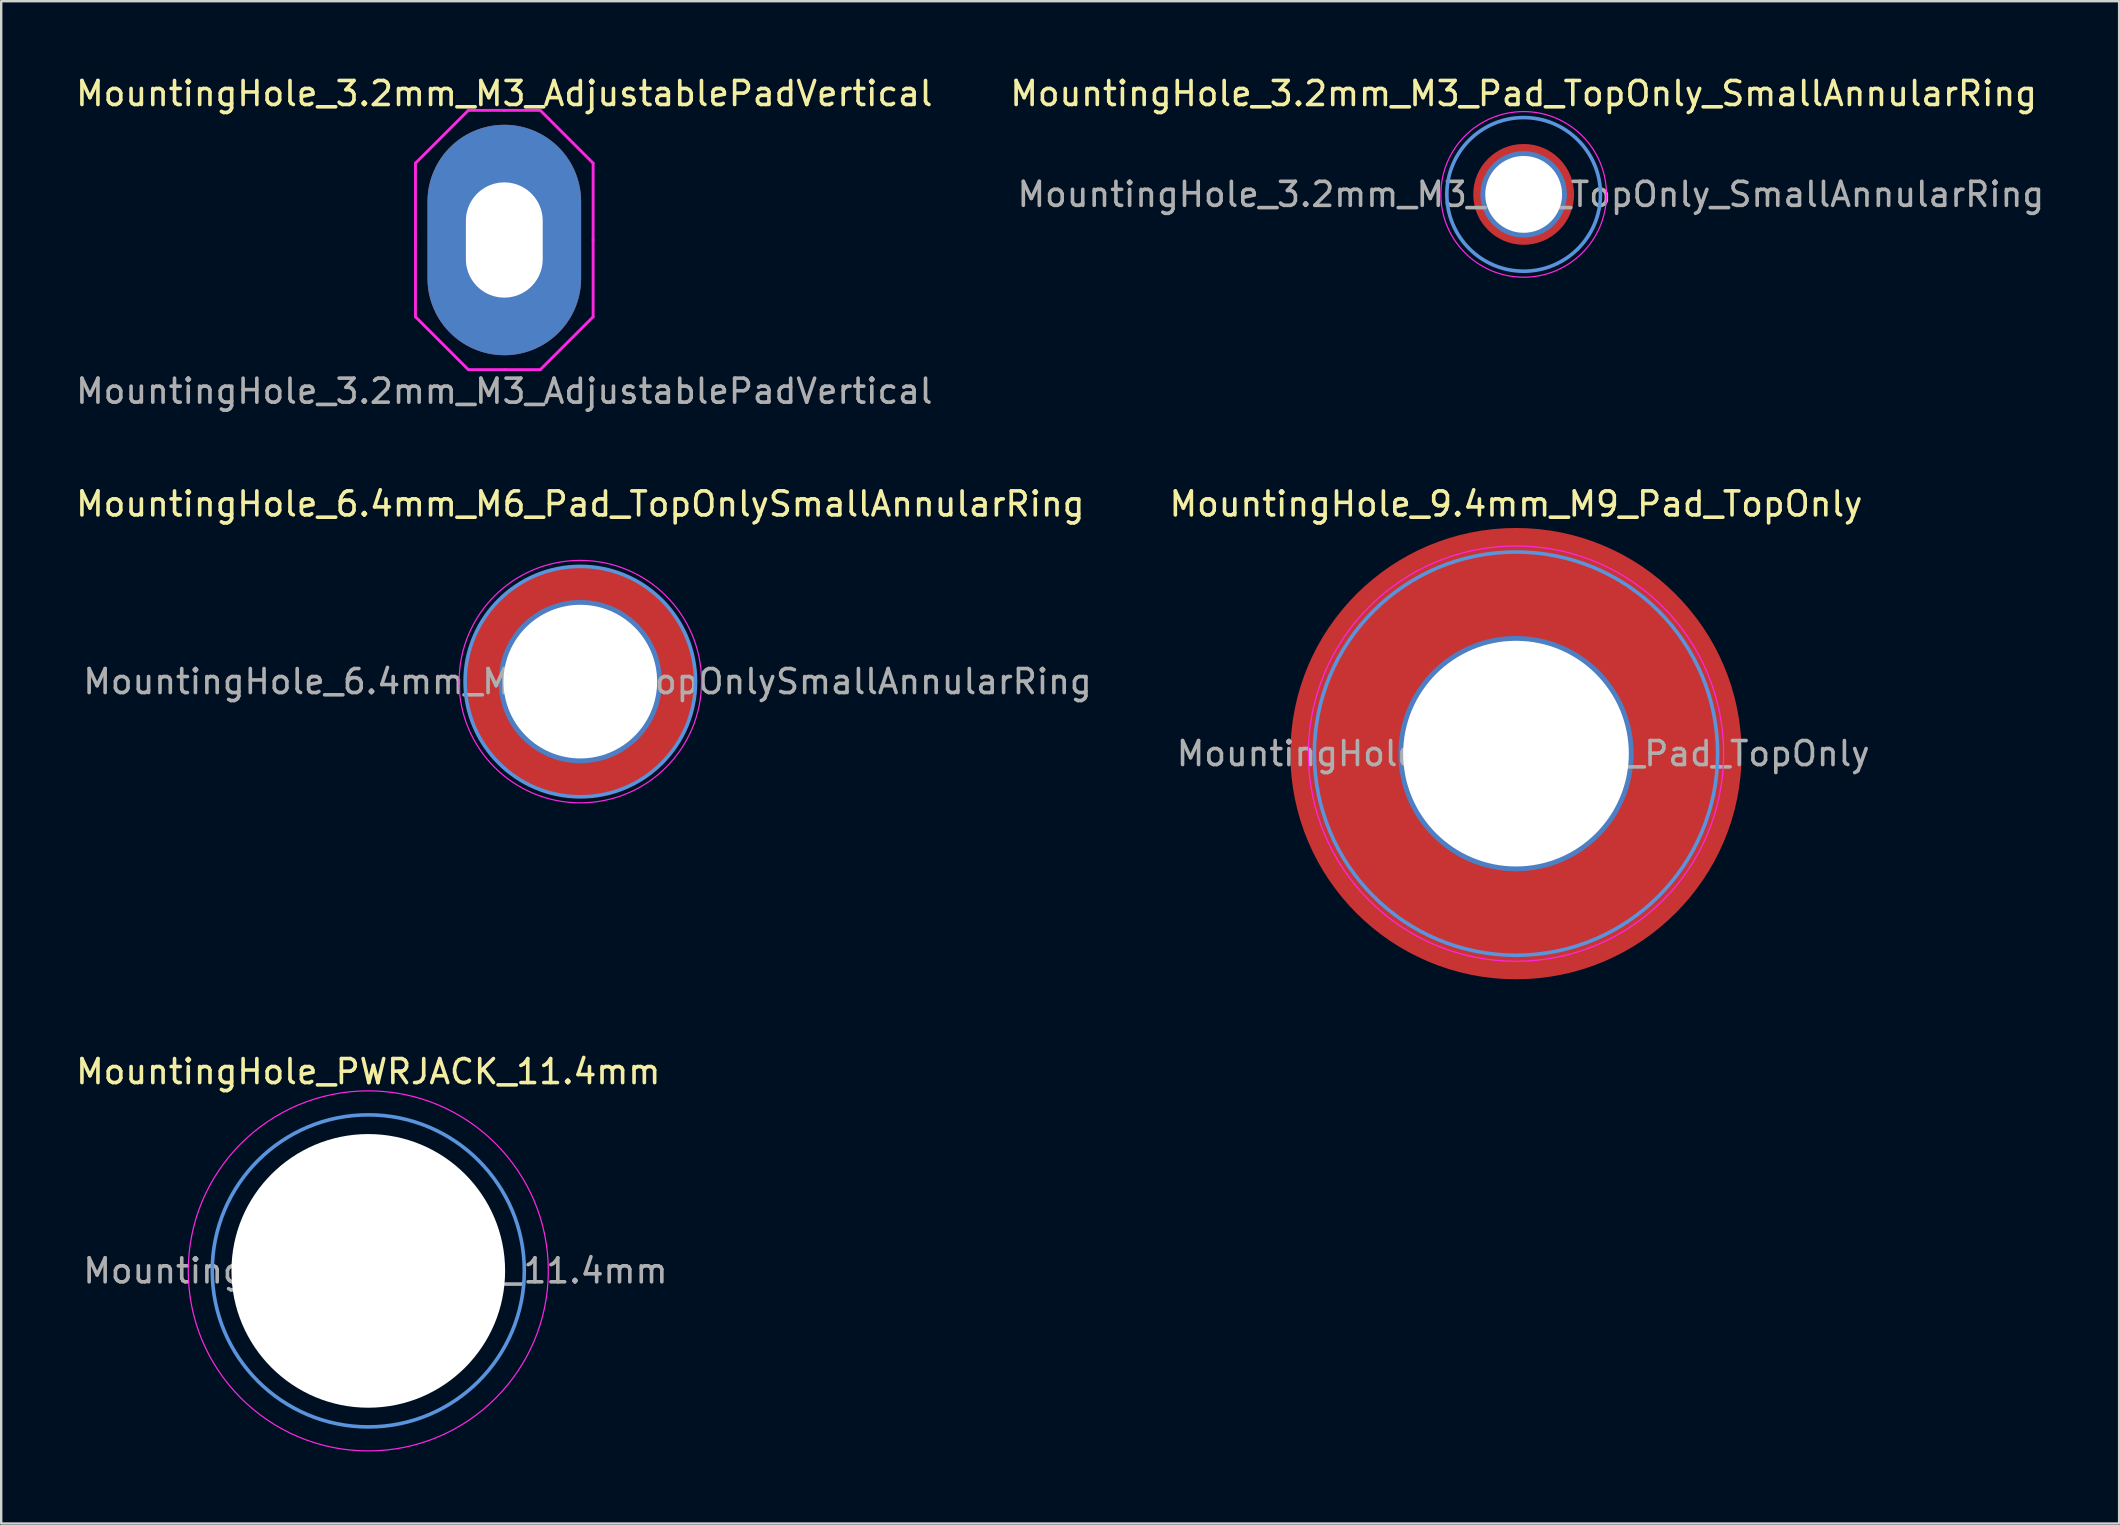
<source format=kicad_pcb>
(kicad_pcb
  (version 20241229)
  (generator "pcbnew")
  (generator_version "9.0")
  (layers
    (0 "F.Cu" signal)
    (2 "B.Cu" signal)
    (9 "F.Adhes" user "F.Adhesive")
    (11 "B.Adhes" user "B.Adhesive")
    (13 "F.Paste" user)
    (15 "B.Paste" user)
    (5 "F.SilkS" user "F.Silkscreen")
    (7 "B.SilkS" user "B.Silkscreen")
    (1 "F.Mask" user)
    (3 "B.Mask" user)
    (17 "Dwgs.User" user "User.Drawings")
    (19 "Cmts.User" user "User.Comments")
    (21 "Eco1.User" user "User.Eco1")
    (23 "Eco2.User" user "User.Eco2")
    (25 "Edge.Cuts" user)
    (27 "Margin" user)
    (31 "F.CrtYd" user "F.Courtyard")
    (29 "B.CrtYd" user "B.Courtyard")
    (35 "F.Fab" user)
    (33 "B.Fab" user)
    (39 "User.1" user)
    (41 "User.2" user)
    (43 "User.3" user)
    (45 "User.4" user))
  (footprint "MountingHole_6.4mm_M6_Pad_TopOnlySmallAnnularRing"
    (layer "F.Cu")
    (at 21.125 25.345)
    (property "Reference" "MountingHole_6.4mm_M6_Pad_TopOnlySmallAnnularRing" (at 0 -7.4 0) (layer "F.SilkS") (effects (font (size 1 1) (thickness 0.15))))
    (attr exclude_from_pos_files exclude_from_bom)
    (fp_circle (center 0 0) (end 4.8 0) (stroke (width 0.15) (type solid)) (fill no) (layer "Cmts.User"))
    (fp_circle (center 0 0) (end 5.05 0) (stroke (width 0.05) (type solid)) (fill no) (layer "F.CrtYd"))
    (fp_text user "${REFERENCE}" (at 0.3 0 0) (layer "F.Fab") (effects (font (size 1 1) (thickness 0.15))))
    (pad "1" thru_hole circle (at 0 0) (size 6.8 6.8) (drill 6.4) (layers "*.Cu" "*.Mask"))
    (pad "1" connect circle (at 0 0) (size 9.5 9.5) (layers "F.Cu" "F.Mask")))
  (footprint "MountingHole_9.4mm_M9_Pad_TopOnly"
    (layer "F.Cu")
    (at 60.104 28.345)
    (property "Reference" "MountingHole_9.4mm_M9_Pad_TopOnly" (at 0 -10.4 0) (layer "F.SilkS") (effects (font (size 1 1) (thickness 0.15))))
    (attr exclude_from_pos_files exclude_from_bom)
    (fp_circle (center 0 0) (end 8.4 0) (stroke (width 0.15) (type solid)) (fill no) (layer "Cmts.User"))
    (fp_circle (center 0 0) (end 8.65 0) (stroke (width 0.05) (type solid)) (fill no) (layer "F.CrtYd"))
    (fp_text user "${REFERENCE}" (at 0.3 0 0) (layer "F.Fab") (effects (font (size 1 1) (thickness 0.15))))
    (pad "1" thru_hole circle (at 0 0) (size 9.8 9.8) (drill 9.4) (layers "*.Cu" "*.Mask"))
    (pad "1" connect circle (at 0 0) (size 18.8 18.8) (layers "F.Cu" "F.Mask")))
  (footprint "MountingHole_3.2mm_M3_Pad_TopOnly_SmallAnnularRing"
    (layer "F.Cu")
    (at 60.423 5.048)
    (property "Reference" "MountingHole_3.2mm_M3_Pad_TopOnly_SmallAnnularRing" (at 0 -4.2 0) (layer "F.SilkS") (effects (font (size 1 1) (thickness 0.15))))
    (attr exclude_from_pos_files exclude_from_bom)
    (fp_circle (center 0 0) (end 3.2 0) (stroke (width 0.15) (type solid)) (fill no) (layer "Cmts.User"))
    (fp_circle (center 0 0) (end 3.45 0) (stroke (width 0.05) (type solid)) (fill no) (layer "F.CrtYd"))
    (fp_text user "${REFERENCE}" (at 0.3 0 0) (layer "F.Fab") (effects (font (size 1 1) (thickness 0.15))))
    (pad "1" thru_hole circle (at 0 0) (size 3.6 3.6) (drill 3.2) (layers "*.Cu" "*.Mask"))
    (pad "1" connect circle (at 0 0) (size 4.2 4.2) (layers "F.Cu" "F.Mask")))
  (footprint "MountingHole_PWRJACK_11.4mm"
    (layer "F.Cu")
    (at 12.292 49.893)
    (property "Reference" "MountingHole_PWRJACK_11.4mm" (at 0 -8.3 0) (layer "F.SilkS") (effects (font (size 1 1) (thickness 0.15))))
    (attr exclude_from_pos_files exclude_from_bom)
    (fp_circle (center 0 0) (end 6.5 0) (stroke (width 0.15) (type solid)) (fill no) (layer "Cmts.User"))
    (fp_circle (center 0 0) (end 7.5 0) (stroke (width 0.05) (type solid)) (fill no) (layer "F.CrtYd"))
    (fp_text user "${REFERENCE}" (at 0.3 0 0) (layer "F.Fab") (effects (font (size 1 1) (thickness 0.15))))
    (pad "" np_thru_hole circle (at 0 0) (size 11.4 11.4) (drill 11.4) (layers "*.Cu" "*.Mask")))
  (footprint "MountingHole_3.2mm_M3_AdjustablePadVertical"
    (layer "F.Cu")
    (at 17.958 6.948)
    (property "Reference" "MountingHole_3.2mm_M3_AdjustablePadVertical" (at 0 -6.1 0) (layer "F.SilkS") (effects (font (size 1 1) (thickness 0.15))))
    (attr exclude_from_pos_files)
    (fp_line (start -3.7 -3.2) (end -1.5 -5.4) (stroke (width 0.12) (type solid)) (layer "F.CrtYd"))
    (fp_line (start -3.7 0) (end -3.7 -3.2) (stroke (width 0.12) (type solid)) (layer "F.CrtYd"))
    (fp_line (start -3.7 0) (end -3.7 3.2) (stroke (width 0.12) (type solid)) (layer "F.CrtYd"))
    (fp_line (start -3.7 3.2) (end -1.5 5.4) (stroke (width 0.12) (type solid)) (layer "F.CrtYd"))
    (fp_line (start -1.5 -5.4) (end 0 -5.4) (stroke (width 0.12) (type solid)) (layer "F.CrtYd"))
    (fp_line (start -1.5 5.4) (end 0 5.4) (stroke (width 0.12) (type solid)) (layer "F.CrtYd"))
    (fp_line (start 1.5 -5.4) (end 0 -5.4) (stroke (width 0.12) (type solid)) (layer "F.CrtYd"))
    (fp_line (start 1.5 5.4) (end 0 5.4) (stroke (width 0.12) (type solid)) (layer "F.CrtYd"))
    (fp_line (start 3.7 -3.2) (end 1.5 -5.4) (stroke (width 0.12) (type solid)) (layer "F.CrtYd"))
    (fp_line (start 3.7 0) (end 3.7 -3.2) (stroke (width 0.12) (type solid)) (layer "F.CrtYd"))
    (fp_line (start 3.7 0) (end 3.7 3.2) (stroke (width 0.12) (type solid)) (layer "F.CrtYd"))
    (fp_line (start 3.7 3.2) (end 1.5 5.4) (stroke (width 0.12) (type solid)) (layer "F.CrtYd"))
    (fp_text user "${REFERENCE}" (at 0 6.3 0) (layer "F.Fab") (effects (font (size 1 1) (thickness 0.15))))
    (pad "1" thru_hole oval (at 0 0) (size 6.4 9.6) (drill oval 3.2 4.8) (layers "*.Cu" "*.Mask")))
  (gr_rect
    (start -3 -3)
    (end 85.229 60.418)
    (stroke (width 0.1) (type default))
    (fill no)
    (layer "Edge.Cuts")))
</source>
